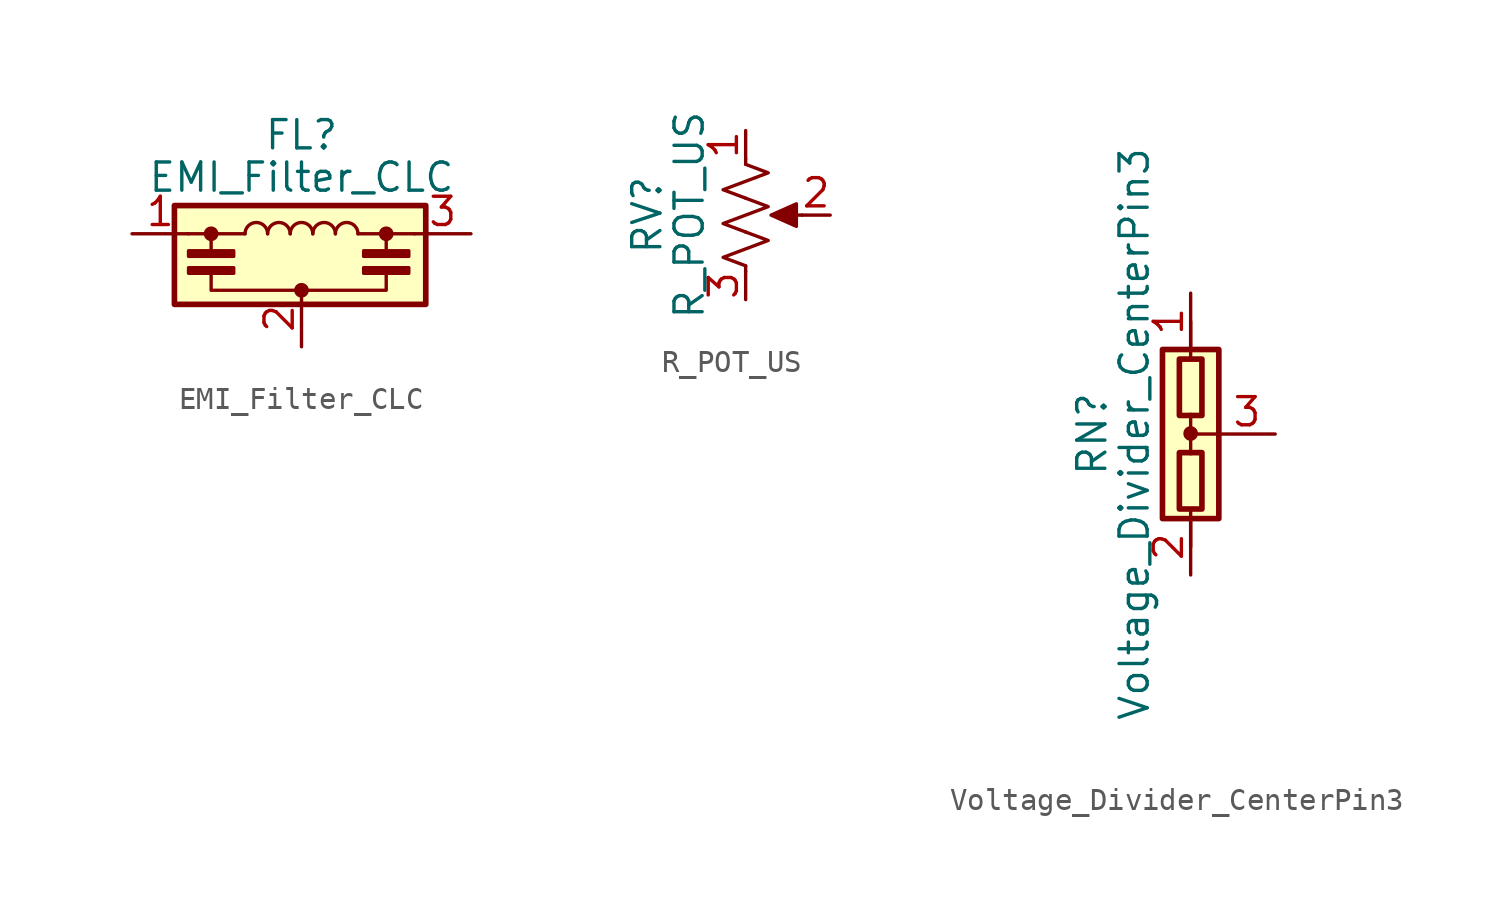
<source format=kicad_sym>
(kicad_symbol_lib
  (version 20201005)
  (generator kicad_symbol_editor)
  (symbol "EMI_Filter_CLC"
    (pin_names
      (offset 0.254) hide)
    (property "Reference" "FL"
      (at 0 6.985 0)
      (effects (font (size 1.27 1.27))))
    (property "Value" "EMI_Filter_CLC"
      (at 0 5.08 0)
      (effects (font (size 1.27 1.27))))
    (symbol "EMI_Filter_CLC_0_1"
      (arc (start -1.524 2.54) (end -2.54 2.54) (radius (at -2.032 2.54) (length 0.508) (angles 0.1 179.9)) (stroke (width 0)) (fill (type none)))
      (arc (start -0.508 2.54) (end -1.524 2.54) (radius (at -1.016 2.54) (length 0.508) (angles 0.1 179.9)) (stroke (width 0)) (fill (type none)))
      (arc (start 0.508 2.54) (end -0.508 2.54) (radius (at 0 2.54) (length 0.508) (angles 0.1 179.9)) (stroke (width 0)) (fill (type none)))
      (arc (start 1.524 2.54) (end 0.508 2.54) (radius (at 1.016 2.54) (length 0.508) (angles 0.1 179.9)) (stroke (width 0)) (fill (type none)))
      (arc (start 2.54 2.54) (end 1.524 2.54) (radius (at 2.032 2.54) (length 0.508) (angles 0.1 179.9)) (stroke (width 0)) (fill (type none)))
      (circle (center -4.064 2.54) (radius 0.254) (stroke (width 0)) (fill (type outline)))
      (circle (center 0 0) (radius 0.254) (stroke (width 0)) (fill (type outline)))
      (circle (center 3.81 2.54) (radius 0.254) (stroke (width 0)) (fill (type outline)))
      (rectangle (start -5.08 0.762) (end -3.048 1.016) (stroke (width 0)) (fill (type outline)))
      (rectangle (start -3.048 1.524) (end -5.08 1.778) (stroke (width 0)) (fill (type outline)))
      (rectangle (start 2.794 0.762) (end 4.826 1.016) (stroke (width 0)) (fill (type outline)))
      (rectangle (start 4.826 1.524) (end 2.794 1.778) (stroke (width 0)) (fill (type outline)))
      (rectangle (start -5.715 3.81) (end 5.588 -0.635) (stroke (width 0.254)) (fill (type background)))
      (polyline (pts (xy -5.08 2.54) (xy -2.54 2.54)) (stroke (width 0)) (fill (type none)))
      (polyline (pts (xy -4.064 2.54) (xy -4.064 1.778)) (stroke (width 0)) (fill (type none)))
      (polyline (pts (xy 2.54 2.54) (xy 5.08 2.54)) (stroke (width 0)) (fill (type none)))
      (polyline (pts (xy 3.81 2.54) (xy 3.81 1.778)) (stroke (width 0)) (fill (type none)))
      (polyline (pts (xy -4.064 0.762) (xy -4.064 0) (xy 3.81 0) (xy 3.81 0.762)) (stroke (width 0)) (fill (type none))))
    (symbol "EMI_Filter_CLC_1_1"
      (pin passive line (at -7.62 2.54 0) (length 2.54) (name "1" (effects (font (size 1.27 1.27)))) (number "1" (effects (font (size 1.27 1.27)))))
      (pin passive line (at 0 -2.54 90) (length 2.54) (name "2" (effects (font (size 1.27 1.27)))) (number "2" (effects (font (size 1.27 1.27)))))
      (pin passive line (at 7.62 2.54 180) (length 2.54) (name "3" (effects (font (size 1.27 1.27)))) (number "3" (effects (font (size 1.27 1.27)))))))
  (symbol "R_POT_US"
    (pin_names
      (offset 1.016) hide)
    (property "Reference" "RV"
      (at -4.445 0 90)
      (effects (font (size 1.27 1.27))))
    (property "Value" "R_POT_US"
      (at -2.54 0 90)
      (effects (font (size 1.27 1.27))))
    (symbol "R_POT_US_0_1"
      (polyline (pts (xy 0 -2.286) (xy 0 -2.54)) (stroke (width 0)) (fill (type none)))
      (polyline (pts (xy 0 2.54) (xy 0 2.286)) (stroke (width 0)) (fill (type none)))
      (polyline (pts (xy 2.54 0) (xy 1.524 0)) (stroke (width 0)) (fill (type none)))
      (polyline (pts (xy 0 -0.762) (xy 1.016 -1.143) (xy 0 -1.524) (xy -1.016 -1.905) (xy 0 -2.286)) (stroke (width 0)) (fill (type none)))
      (polyline (pts (xy 0 0.762) (xy 1.016 0.381) (xy 0 0) (xy -1.016 -0.381) (xy 0 -0.762)) (stroke (width 0)) (fill (type none)))
      (polyline (pts (xy 0 2.286) (xy 1.016 1.905) (xy 0 1.524) (xy -1.016 1.143) (xy 0 0.762)) (stroke (width 0)) (fill (type none)))
      (polyline (pts (xy 1.143 0) (xy 2.286 0.508) (xy 2.286 -0.508) (xy 1.143 0)) (stroke (width 0)) (fill (type outline))))
    (symbol "R_POT_US_1_1"
      (pin passive line (at 0 3.81 270) (length 1.27) (name "1" (effects (font (size 1.27 1.27)))) (number "1" (effects (font (size 1.27 1.27)))))
      (pin passive line (at 3.81 0 180) (length 1.27) (name "2" (effects (font (size 1.27 1.27)))) (number "2" (effects (font (size 1.27 1.27)))))
      (pin passive line (at 0 -3.81 90) (length 1.27) (name "3" (effects (font (size 1.27 1.27)))) (number "3" (effects (font (size 1.27 1.27)))))))
  (symbol "Voltage_Divider_CenterPin3"
    (pin_names
      (offset 0) hide)
    (property "Reference" "RN"
      (at -4.445 0 90)
      (effects (font (size 1.27 1.27))))
    (property "Value" "Voltage_Divider_CenterPin3"
      (at -2.54 0 90)
      (effects (font (size 1.27 1.27))))
    (symbol "Voltage_Divider_CenterPin3_0_1"
      (circle (center 0 0.025) (radius 0.254) (stroke (width 0)) (fill (type outline)))
      (rectangle (start -0.508 -3.378) (end 0.508 -0.838) (stroke (width 0.254)) (fill (type none)))
      (rectangle (start -0.508 3.378) (end 0.508 0.838) (stroke (width 0.254)) (fill (type none)))
      (rectangle (start -1.27 -3.81) (end 1.27 3.81) (stroke (width 0.254)) (fill (type background)))
      (polyline (pts (xy 0 -5.08) (xy 0 -3.429)) (stroke (width 0)) (fill (type none)))
      (polyline (pts (xy 0 0.889) (xy 0 -0.889)) (stroke (width 0)) (fill (type none)))
      (polyline (pts (xy 0 5.08) (xy 0 3.378)) (stroke (width 0)) (fill (type none)))
      (polyline (pts (xy 1.27 0) (xy 0 0)) (stroke (width 0)) (fill (type none))))
    (symbol "Voltage_Divider_CenterPin3_1_1"
      (pin passive line (at 0 6.35 270) (length 2.54) (name "~" (effects (font (size 1.27 1.27)))) (number "1" (effects (font (size 1.27 1.27)))))
      (pin passive line (at 0 -6.35 90) (length 2.54) (name "~" (effects (font (size 1.27 1.27)))) (number "2" (effects (font (size 1.27 1.27)))))
      (pin passive line (at 3.81 0 180) (length 2.54) (name "~" (effects (font (size 1.27 1.27)))) (number "3" (effects (font (size 1.27 1.27))))))))
</source>
